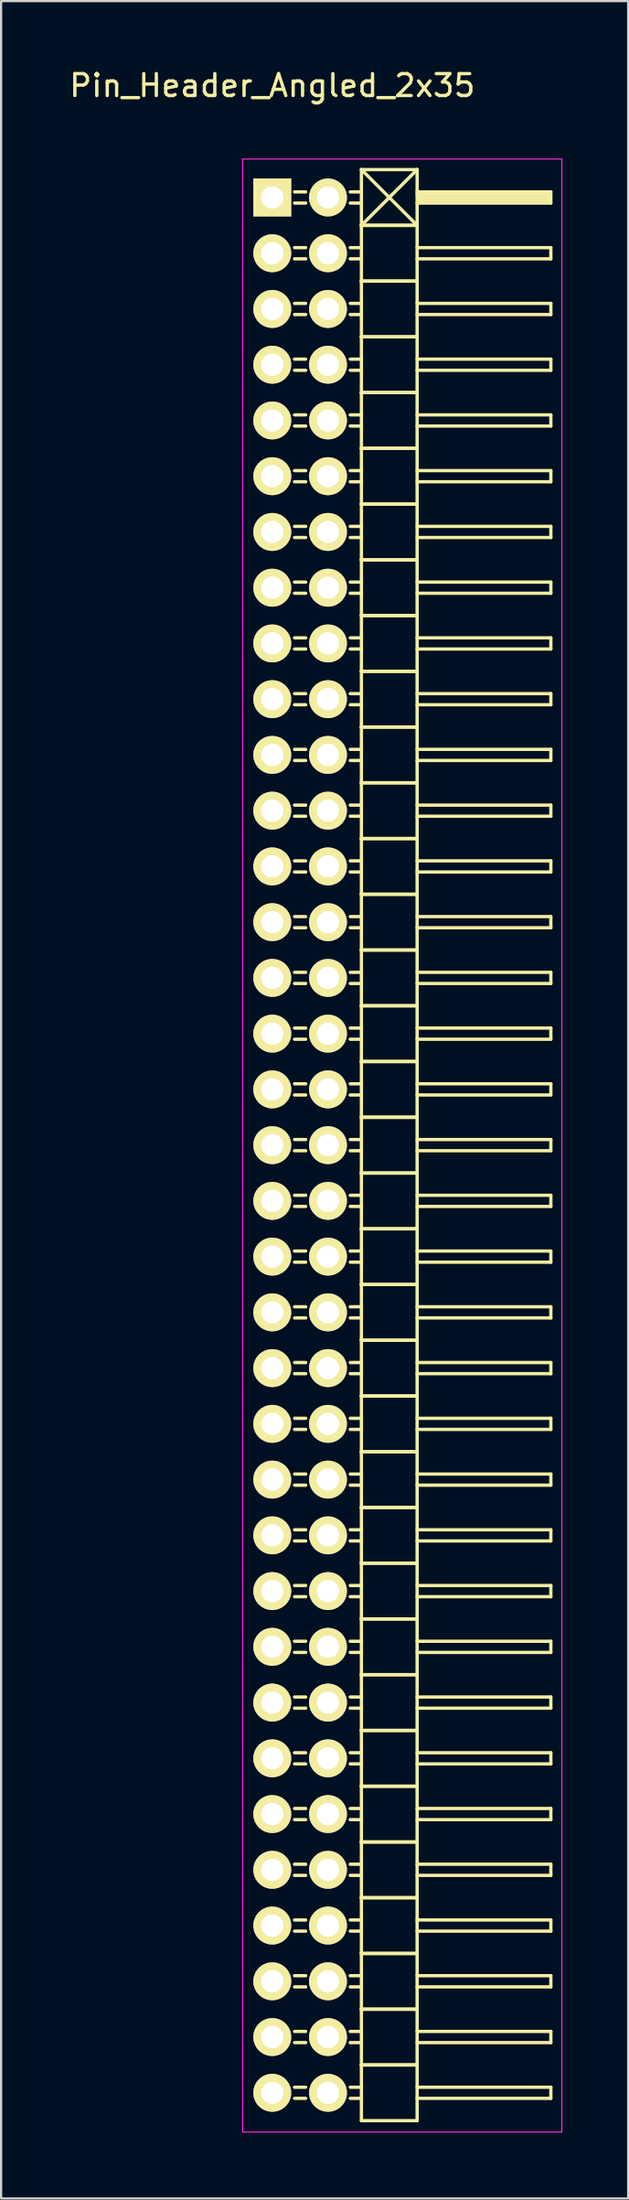
<source format=kicad_pcb>
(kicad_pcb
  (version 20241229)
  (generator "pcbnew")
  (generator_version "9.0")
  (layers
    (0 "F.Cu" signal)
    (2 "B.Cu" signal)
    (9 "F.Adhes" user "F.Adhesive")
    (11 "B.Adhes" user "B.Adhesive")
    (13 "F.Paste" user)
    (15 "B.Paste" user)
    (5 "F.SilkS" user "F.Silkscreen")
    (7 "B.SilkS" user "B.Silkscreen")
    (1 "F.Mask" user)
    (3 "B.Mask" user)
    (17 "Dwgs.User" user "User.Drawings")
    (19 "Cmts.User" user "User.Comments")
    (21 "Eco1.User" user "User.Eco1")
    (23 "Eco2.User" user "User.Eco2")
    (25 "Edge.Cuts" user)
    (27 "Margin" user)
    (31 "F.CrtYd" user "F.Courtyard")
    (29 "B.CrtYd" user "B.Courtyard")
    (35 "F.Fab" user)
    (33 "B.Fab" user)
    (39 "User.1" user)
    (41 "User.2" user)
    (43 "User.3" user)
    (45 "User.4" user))
  (footprint "Pin_Header_Angled_2x35"
    (layer "F.Cu")
    (at 9.363 5.948)
    (property "Reference" "Pin_Header_Angled_2x35" (at 0 -5.1 0) (layer "F.SilkS") (effects (font (size 1 1) (thickness 0.15))))
    (attr through_hole)
    (fp_line (start 1.524 -0.254) (end 1.016 -0.254) (stroke (width 0.15) (type solid)) (layer "F.SilkS"))
    (fp_line (start 1.524 0.254) (end 1.016 0.254) (stroke (width 0.15) (type solid)) (layer "F.SilkS"))
    (fp_line (start 1.524 2.286) (end 1.016 2.286) (stroke (width 0.15) (type solid)) (layer "F.SilkS"))
    (fp_line (start 1.524 2.794) (end 1.016 2.794) (stroke (width 0.15) (type solid)) (layer "F.SilkS"))
    (fp_line (start 1.524 4.826) (end 1.016 4.826) (stroke (width 0.15) (type solid)) (layer "F.SilkS"))
    (fp_line (start 1.524 5.334) (end 1.016 5.334) (stroke (width 0.15) (type solid)) (layer "F.SilkS"))
    (fp_line (start 1.524 7.366) (end 1.016 7.366) (stroke (width 0.15) (type solid)) (layer "F.SilkS"))
    (fp_line (start 1.524 7.874) (end 1.016 7.874) (stroke (width 0.15) (type solid)) (layer "F.SilkS"))
    (fp_line (start 1.524 9.906) (end 1.016 9.906) (stroke (width 0.15) (type solid)) (layer "F.SilkS"))
    (fp_line (start 1.524 10.414) (end 1.016 10.414) (stroke (width 0.15) (type solid)) (layer "F.SilkS"))
    (fp_line (start 1.524 12.446) (end 1.016 12.446) (stroke (width 0.15) (type solid)) (layer "F.SilkS"))
    (fp_line (start 1.524 12.954) (end 1.016 12.954) (stroke (width 0.15) (type solid)) (layer "F.SilkS"))
    (fp_line (start 1.524 14.986) (end 1.016 14.986) (stroke (width 0.15) (type solid)) (layer "F.SilkS"))
    (fp_line (start 1.524 15.494) (end 1.016 15.494) (stroke (width 0.15) (type solid)) (layer "F.SilkS"))
    (fp_line (start 1.524 17.526) (end 1.016 17.526) (stroke (width 0.15) (type solid)) (layer "F.SilkS"))
    (fp_line (start 1.524 18.034) (end 1.016 18.034) (stroke (width 0.15) (type solid)) (layer "F.SilkS"))
    (fp_line (start 1.524 20.066) (end 1.016 20.066) (stroke (width 0.15) (type solid)) (layer "F.SilkS"))
    (fp_line (start 1.524 20.574) (end 1.016 20.574) (stroke (width 0.15) (type solid)) (layer "F.SilkS"))
    (fp_line (start 1.524 22.606) (end 1.016 22.606) (stroke (width 0.15) (type solid)) (layer "F.SilkS"))
    (fp_line (start 1.524 23.114) (end 1.016 23.114) (stroke (width 0.15) (type solid)) (layer "F.SilkS"))
    (fp_line (start 1.524 25.146) (end 1.016 25.146) (stroke (width 0.15) (type solid)) (layer "F.SilkS"))
    (fp_line (start 1.524 25.654) (end 1.016 25.654) (stroke (width 0.15) (type solid)) (layer "F.SilkS"))
    (fp_line (start 1.524 27.686) (end 1.016 27.686) (stroke (width 0.15) (type solid)) (layer "F.SilkS"))
    (fp_line (start 1.524 28.194) (end 1.016 28.194) (stroke (width 0.15) (type solid)) (layer "F.SilkS"))
    (fp_line (start 1.524 30.226) (end 1.016 30.226) (stroke (width 0.15) (type solid)) (layer "F.SilkS"))
    (fp_line (start 1.524 30.734) (end 1.016 30.734) (stroke (width 0.15) (type solid)) (layer "F.SilkS"))
    (fp_line (start 1.524 32.766) (end 1.016 32.766) (stroke (width 0.15) (type solid)) (layer "F.SilkS"))
    (fp_line (start 1.524 33.274) (end 1.016 33.274) (stroke (width 0.15) (type solid)) (layer "F.SilkS"))
    (fp_line (start 1.524 35.306) (end 1.016 35.306) (stroke (width 0.15) (type solid)) (layer "F.SilkS"))
    (fp_line (start 1.524 35.814) (end 1.016 35.814) (stroke (width 0.15) (type solid)) (layer "F.SilkS"))
    (fp_line (start 1.524 37.846) (end 1.016 37.846) (stroke (width 0.15) (type solid)) (layer "F.SilkS"))
    (fp_line (start 1.524 38.354) (end 1.016 38.354) (stroke (width 0.15) (type solid)) (layer "F.SilkS"))
    (fp_line (start 1.524 40.386) (end 1.016 40.386) (stroke (width 0.15) (type solid)) (layer "F.SilkS"))
    (fp_line (start 1.524 40.894) (end 1.016 40.894) (stroke (width 0.15) (type solid)) (layer "F.SilkS"))
    (fp_line (start 1.524 42.926) (end 1.016 42.926) (stroke (width 0.15) (type solid)) (layer "F.SilkS"))
    (fp_line (start 1.524 43.434) (end 1.016 43.434) (stroke (width 0.15) (type solid)) (layer "F.SilkS"))
    (fp_line (start 1.524 45.466) (end 1.016 45.466) (stroke (width 0.15) (type solid)) (layer "F.SilkS"))
    (fp_line (start 1.524 45.974) (end 1.016 45.974) (stroke (width 0.15) (type solid)) (layer "F.SilkS"))
    (fp_line (start 1.524 48.006) (end 1.016 48.006) (stroke (width 0.15) (type solid)) (layer "F.SilkS"))
    (fp_line (start 1.524 48.514) (end 1.016 48.514) (stroke (width 0.15) (type solid)) (layer "F.SilkS"))
    (fp_line (start 1.524 50.546) (end 1.016 50.546) (stroke (width 0.15) (type solid)) (layer "F.SilkS"))
    (fp_line (start 1.524 51.054) (end 1.016 51.054) (stroke (width 0.15) (type solid)) (layer "F.SilkS"))
    (fp_line (start 1.524 53.086) (end 1.016 53.086) (stroke (width 0.15) (type solid)) (layer "F.SilkS"))
    (fp_line (start 1.524 53.594) (end 1.016 53.594) (stroke (width 0.15) (type solid)) (layer "F.SilkS"))
    (fp_line (start 1.524 55.626) (end 1.016 55.626) (stroke (width 0.15) (type solid)) (layer "F.SilkS"))
    (fp_line (start 1.524 56.134) (end 1.016 56.134) (stroke (width 0.15) (type solid)) (layer "F.SilkS"))
    (fp_line (start 1.524 58.166) (end 1.016 58.166) (stroke (width 0.15) (type solid)) (layer "F.SilkS"))
    (fp_line (start 1.524 58.674) (end 1.016 58.674) (stroke (width 0.15) (type solid)) (layer "F.SilkS"))
    (fp_line (start 1.524 60.706) (end 1.016 60.706) (stroke (width 0.15) (type solid)) (layer "F.SilkS"))
    (fp_line (start 1.524 61.214) (end 1.016 61.214) (stroke (width 0.15) (type solid)) (layer "F.SilkS"))
    (fp_line (start 1.524 63.246) (end 1.016 63.246) (stroke (width 0.15) (type solid)) (layer "F.SilkS"))
    (fp_line (start 1.524 63.754) (end 1.016 63.754) (stroke (width 0.15) (type solid)) (layer "F.SilkS"))
    (fp_line (start 1.524 65.786) (end 1.016 65.786) (stroke (width 0.15) (type solid)) (layer "F.SilkS"))
    (fp_line (start 1.524 66.294) (end 1.016 66.294) (stroke (width 0.15) (type solid)) (layer "F.SilkS"))
    (fp_line (start 1.524 68.326) (end 1.016 68.326) (stroke (width 0.15) (type solid)) (layer "F.SilkS"))
    (fp_line (start 1.524 68.834) (end 1.016 68.834) (stroke (width 0.15) (type solid)) (layer "F.SilkS"))
    (fp_line (start 1.524 70.866) (end 1.016 70.866) (stroke (width 0.15) (type solid)) (layer "F.SilkS"))
    (fp_line (start 1.524 71.374) (end 1.016 71.374) (stroke (width 0.15) (type solid)) (layer "F.SilkS"))
    (fp_line (start 1.524 73.406) (end 1.016 73.406) (stroke (width 0.15) (type solid)) (layer "F.SilkS"))
    (fp_line (start 1.524 73.914) (end 1.016 73.914) (stroke (width 0.15) (type solid)) (layer "F.SilkS"))
    (fp_line (start 1.524 75.946) (end 1.016 75.946) (stroke (width 0.15) (type solid)) (layer "F.SilkS"))
    (fp_line (start 1.524 76.454) (end 1.016 76.454) (stroke (width 0.15) (type solid)) (layer "F.SilkS"))
    (fp_line (start 1.524 78.486) (end 1.016 78.486) (stroke (width 0.15) (type solid)) (layer "F.SilkS"))
    (fp_line (start 1.524 78.994) (end 1.016 78.994) (stroke (width 0.15) (type solid)) (layer "F.SilkS"))
    (fp_line (start 1.524 81.026) (end 1.016 81.026) (stroke (width 0.15) (type solid)) (layer "F.SilkS"))
    (fp_line (start 1.524 81.534) (end 1.016 81.534) (stroke (width 0.15) (type solid)) (layer "F.SilkS"))
    (fp_line (start 1.524 83.566) (end 1.016 83.566) (stroke (width 0.15) (type solid)) (layer "F.SilkS"))
    (fp_line (start 1.524 84.074) (end 1.016 84.074) (stroke (width 0.15) (type solid)) (layer "F.SilkS"))
    (fp_line (start 1.524 86.106) (end 1.016 86.106) (stroke (width 0.15) (type solid)) (layer "F.SilkS"))
    (fp_line (start 1.524 86.614) (end 1.016 86.614) (stroke (width 0.15) (type solid)) (layer "F.SilkS"))
    (fp_line (start 4.064 -1.27) (end 4.064 1.27) (stroke (width 0.15) (type solid)) (layer "F.SilkS"))
    (fp_line (start 4.064 -1.27) (end 6.604 -1.27) (stroke (width 0.15) (type solid)) (layer "F.SilkS"))
    (fp_line (start 4.064 -1.27) (end 6.604 1.27) (stroke (width 0.15) (type solid)) (layer "F.SilkS"))
    (fp_line (start 4.064 -0.254) (end 3.556 -0.254) (stroke (width 0.15) (type solid)) (layer "F.SilkS"))
    (fp_line (start 4.064 0.254) (end 3.556 0.254) (stroke (width 0.15) (type solid)) (layer "F.SilkS"))
    (fp_line (start 4.064 1.27) (end 4.064 3.81) (stroke (width 0.15) (type solid)) (layer "F.SilkS"))
    (fp_line (start 4.064 1.27) (end 6.604 1.27) (stroke (width 0.15) (type solid)) (layer "F.SilkS"))
    (fp_line (start 4.064 1.27) (end 6.604 1.27) (stroke (width 0.15) (type solid)) (layer "F.SilkS"))
    (fp_line (start 4.064 2.286) (end 3.556 2.286) (stroke (width 0.15) (type solid)) (layer "F.SilkS"))
    (fp_line (start 4.064 2.794) (end 3.556 2.794) (stroke (width 0.15) (type solid)) (layer "F.SilkS"))
    (fp_line (start 4.064 3.81) (end 4.064 6.35) (stroke (width 0.15) (type solid)) (layer "F.SilkS"))
    (fp_line (start 4.064 3.81) (end 6.604 3.81) (stroke (width 0.15) (type solid)) (layer "F.SilkS"))
    (fp_line (start 4.064 3.81) (end 6.604 3.81) (stroke (width 0.15) (type solid)) (layer "F.SilkS"))
    (fp_line (start 4.064 4.826) (end 3.556 4.826) (stroke (width 0.15) (type solid)) (layer "F.SilkS"))
    (fp_line (start 4.064 5.334) (end 3.556 5.334) (stroke (width 0.15) (type solid)) (layer "F.SilkS"))
    (fp_line (start 4.064 6.35) (end 4.064 8.89) (stroke (width 0.15) (type solid)) (layer "F.SilkS"))
    (fp_line (start 4.064 6.35) (end 6.604 6.35) (stroke (width 0.15) (type solid)) (layer "F.SilkS"))
    (fp_line (start 4.064 6.35) (end 6.604 6.35) (stroke (width 0.15) (type solid)) (layer "F.SilkS"))
    (fp_line (start 4.064 7.366) (end 3.556 7.366) (stroke (width 0.15) (type solid)) (layer "F.SilkS"))
    (fp_line (start 4.064 7.874) (end 3.556 7.874) (stroke (width 0.15) (type solid)) (layer "F.SilkS"))
    (fp_line (start 4.064 8.89) (end 4.064 11.43) (stroke (width 0.15) (type solid)) (layer "F.SilkS"))
    (fp_line (start 4.064 8.89) (end 6.604 8.89) (stroke (width 0.15) (type solid)) (layer "F.SilkS"))
    (fp_line (start 4.064 8.89) (end 6.604 8.89) (stroke (width 0.15) (type solid)) (layer "F.SilkS"))
    (fp_line (start 4.064 9.906) (end 3.556 9.906) (stroke (width 0.15) (type solid)) (layer "F.SilkS"))
    (fp_line (start 4.064 10.414) (end 3.556 10.414) (stroke (width 0.15) (type solid)) (layer "F.SilkS"))
    (fp_line (start 4.064 11.43) (end 4.064 13.97) (stroke (width 0.15) (type solid)) (layer "F.SilkS"))
    (fp_line (start 4.064 11.43) (end 6.604 11.43) (stroke (width 0.15) (type solid)) (layer "F.SilkS"))
    (fp_line (start 4.064 11.43) (end 6.604 11.43) (stroke (width 0.15) (type solid)) (layer "F.SilkS"))
    (fp_line (start 4.064 12.446) (end 3.556 12.446) (stroke (width 0.15) (type solid)) (layer "F.SilkS"))
    (fp_line (start 4.064 12.954) (end 3.556 12.954) (stroke (width 0.15) (type solid)) (layer "F.SilkS"))
    (fp_line (start 4.064 13.97) (end 4.064 16.51) (stroke (width 0.15) (type solid)) (layer "F.SilkS"))
    (fp_line (start 4.064 13.97) (end 6.604 13.97) (stroke (width 0.15) (type solid)) (layer "F.SilkS"))
    (fp_line (start 4.064 13.97) (end 6.604 13.97) (stroke (width 0.15) (type solid)) (layer "F.SilkS"))
    (fp_line (start 4.064 14.986) (end 3.556 14.986) (stroke (width 0.15) (type solid)) (layer "F.SilkS"))
    (fp_line (start 4.064 15.494) (end 3.556 15.494) (stroke (width 0.15) (type solid)) (layer "F.SilkS"))
    (fp_line (start 4.064 16.51) (end 4.064 19.05) (stroke (width 0.15) (type solid)) (layer "F.SilkS"))
    (fp_line (start 4.064 16.51) (end 6.604 16.51) (stroke (width 0.15) (type solid)) (layer "F.SilkS"))
    (fp_line (start 4.064 16.51) (end 6.604 16.51) (stroke (width 0.15) (type solid)) (layer "F.SilkS"))
    (fp_line (start 4.064 17.526) (end 3.556 17.526) (stroke (width 0.15) (type solid)) (layer "F.SilkS"))
    (fp_line (start 4.064 18.034) (end 3.556 18.034) (stroke (width 0.15) (type solid)) (layer "F.SilkS"))
    (fp_line (start 4.064 19.05) (end 4.064 21.59) (stroke (width 0.15) (type solid)) (layer "F.SilkS"))
    (fp_line (start 4.064 19.05) (end 6.604 19.05) (stroke (width 0.15) (type solid)) (layer "F.SilkS"))
    (fp_line (start 4.064 19.05) (end 6.604 19.05) (stroke (width 0.15) (type solid)) (layer "F.SilkS"))
    (fp_line (start 4.064 20.066) (end 3.556 20.066) (stroke (width 0.15) (type solid)) (layer "F.SilkS"))
    (fp_line (start 4.064 20.574) (end 3.556 20.574) (stroke (width 0.15) (type solid)) (layer "F.SilkS"))
    (fp_line (start 4.064 21.59) (end 4.064 24.13) (stroke (width 0.15) (type solid)) (layer "F.SilkS"))
    (fp_line (start 4.064 21.59) (end 6.604 21.59) (stroke (width 0.15) (type solid)) (layer "F.SilkS"))
    (fp_line (start 4.064 21.59) (end 6.604 21.59) (stroke (width 0.15) (type solid)) (layer "F.SilkS"))
    (fp_line (start 4.064 22.606) (end 3.556 22.606) (stroke (width 0.15) (type solid)) (layer "F.SilkS"))
    (fp_line (start 4.064 23.114) (end 3.556 23.114) (stroke (width 0.15) (type solid)) (layer "F.SilkS"))
    (fp_line (start 4.064 24.13) (end 4.064 26.67) (stroke (width 0.15) (type solid)) (layer "F.SilkS"))
    (fp_line (start 4.064 24.13) (end 6.604 24.13) (stroke (width 0.15) (type solid)) (layer "F.SilkS"))
    (fp_line (start 4.064 24.13) (end 6.604 24.13) (stroke (width 0.15) (type solid)) (layer "F.SilkS"))
    (fp_line (start 4.064 25.146) (end 3.556 25.146) (stroke (width 0.15) (type solid)) (layer "F.SilkS"))
    (fp_line (start 4.064 25.654) (end 3.556 25.654) (stroke (width 0.15) (type solid)) (layer "F.SilkS"))
    (fp_line (start 4.064 26.67) (end 4.064 29.21) (stroke (width 0.15) (type solid)) (layer "F.SilkS"))
    (fp_line (start 4.064 26.67) (end 6.604 26.67) (stroke (width 0.15) (type solid)) (layer "F.SilkS"))
    (fp_line (start 4.064 26.67) (end 6.604 26.67) (stroke (width 0.15) (type solid)) (layer "F.SilkS"))
    (fp_line (start 4.064 27.686) (end 3.556 27.686) (stroke (width 0.15) (type solid)) (layer "F.SilkS"))
    (fp_line (start 4.064 28.194) (end 3.556 28.194) (stroke (width 0.15) (type solid)) (layer "F.SilkS"))
    (fp_line (start 4.064 29.21) (end 4.064 31.75) (stroke (width 0.15) (type solid)) (layer "F.SilkS"))
    (fp_line (start 4.064 29.21) (end 6.604 29.21) (stroke (width 0.15) (type solid)) (layer "F.SilkS"))
    (fp_line (start 4.064 29.21) (end 6.604 29.21) (stroke (width 0.15) (type solid)) (layer "F.SilkS"))
    (fp_line (start 4.064 30.226) (end 3.556 30.226) (stroke (width 0.15) (type solid)) (layer "F.SilkS"))
    (fp_line (start 4.064 30.734) (end 3.556 30.734) (stroke (width 0.15) (type solid)) (layer "F.SilkS"))
    (fp_line (start 4.064 31.75) (end 4.064 34.29) (stroke (width 0.15) (type solid)) (layer "F.SilkS"))
    (fp_line (start 4.064 31.75) (end 6.604 31.75) (stroke (width 0.15) (type solid)) (layer "F.SilkS"))
    (fp_line (start 4.064 31.75) (end 6.604 31.75) (stroke (width 0.15) (type solid)) (layer "F.SilkS"))
    (fp_line (start 4.064 32.766) (end 3.556 32.766) (stroke (width 0.15) (type solid)) (layer "F.SilkS"))
    (fp_line (start 4.064 33.274) (end 3.556 33.274) (stroke (width 0.15) (type solid)) (layer "F.SilkS"))
    (fp_line (start 4.064 34.29) (end 4.064 36.83) (stroke (width 0.15) (type solid)) (layer "F.SilkS"))
    (fp_line (start 4.064 34.29) (end 6.604 34.29) (stroke (width 0.15) (type solid)) (layer "F.SilkS"))
    (fp_line (start 4.064 34.29) (end 6.604 34.29) (stroke (width 0.15) (type solid)) (layer "F.SilkS"))
    (fp_line (start 4.064 35.306) (end 3.556 35.306) (stroke (width 0.15) (type solid)) (layer "F.SilkS"))
    (fp_line (start 4.064 35.814) (end 3.556 35.814) (stroke (width 0.15) (type solid)) (layer "F.SilkS"))
    (fp_line (start 4.064 36.83) (end 4.064 39.37) (stroke (width 0.15) (type solid)) (layer "F.SilkS"))
    (fp_line (start 4.064 36.83) (end 6.604 36.83) (stroke (width 0.15) (type solid)) (layer "F.SilkS"))
    (fp_line (start 4.064 36.83) (end 6.604 36.83) (stroke (width 0.15) (type solid)) (layer "F.SilkS"))
    (fp_line (start 4.064 37.846) (end 3.556 37.846) (stroke (width 0.15) (type solid)) (layer "F.SilkS"))
    (fp_line (start 4.064 38.354) (end 3.556 38.354) (stroke (width 0.15) (type solid)) (layer "F.SilkS"))
    (fp_line (start 4.064 39.37) (end 4.064 41.91) (stroke (width 0.15) (type solid)) (layer "F.SilkS"))
    (fp_line (start 4.064 39.37) (end 6.604 39.37) (stroke (width 0.15) (type solid)) (layer "F.SilkS"))
    (fp_line (start 4.064 39.37) (end 6.604 39.37) (stroke (width 0.15) (type solid)) (layer "F.SilkS"))
    (fp_line (start 4.064 40.386) (end 3.556 40.386) (stroke (width 0.15) (type solid)) (layer "F.SilkS"))
    (fp_line (start 4.064 40.894) (end 3.556 40.894) (stroke (width 0.15) (type solid)) (layer "F.SilkS"))
    (fp_line (start 4.064 41.91) (end 4.064 44.45) (stroke (width 0.15) (type solid)) (layer "F.SilkS"))
    (fp_line (start 4.064 41.91) (end 6.604 41.91) (stroke (width 0.15) (type solid)) (layer "F.SilkS"))
    (fp_line (start 4.064 41.91) (end 6.604 41.91) (stroke (width 0.15) (type solid)) (layer "F.SilkS"))
    (fp_line (start 4.064 42.926) (end 3.556 42.926) (stroke (width 0.15) (type solid)) (layer "F.SilkS"))
    (fp_line (start 4.064 43.434) (end 3.556 43.434) (stroke (width 0.15) (type solid)) (layer "F.SilkS"))
    (fp_line (start 4.064 44.45) (end 4.064 46.99) (stroke (width 0.15) (type solid)) (layer "F.SilkS"))
    (fp_line (start 4.064 44.45) (end 6.604 44.45) (stroke (width 0.15) (type solid)) (layer "F.SilkS"))
    (fp_line (start 4.064 44.45) (end 6.604 44.45) (stroke (width 0.15) (type solid)) (layer "F.SilkS"))
    (fp_line (start 4.064 45.466) (end 3.556 45.466) (stroke (width 0.15) (type solid)) (layer "F.SilkS"))
    (fp_line (start 4.064 45.974) (end 3.556 45.974) (stroke (width 0.15) (type solid)) (layer "F.SilkS"))
    (fp_line (start 4.064 46.99) (end 4.064 49.53) (stroke (width 0.15) (type solid)) (layer "F.SilkS"))
    (fp_line (start 4.064 46.99) (end 6.604 46.99) (stroke (width 0.15) (type solid)) (layer "F.SilkS"))
    (fp_line (start 4.064 46.99) (end 6.604 46.99) (stroke (width 0.15) (type solid)) (layer "F.SilkS"))
    (fp_line (start 4.064 48.006) (end 3.556 48.006) (stroke (width 0.15) (type solid)) (layer "F.SilkS"))
    (fp_line (start 4.064 48.514) (end 3.556 48.514) (stroke (width 0.15) (type solid)) (layer "F.SilkS"))
    (fp_line (start 4.064 49.53) (end 4.064 52.07) (stroke (width 0.15) (type solid)) (layer "F.SilkS"))
    (fp_line (start 4.064 49.53) (end 6.604 49.53) (stroke (width 0.15) (type solid)) (layer "F.SilkS"))
    (fp_line (start 4.064 49.53) (end 6.604 49.53) (stroke (width 0.15) (type solid)) (layer "F.SilkS"))
    (fp_line (start 4.064 50.546) (end 3.556 50.546) (stroke (width 0.15) (type solid)) (layer "F.SilkS"))
    (fp_line (start 4.064 51.054) (end 3.556 51.054) (stroke (width 0.15) (type solid)) (layer "F.SilkS"))
    (fp_line (start 4.064 52.07) (end 4.064 54.61) (stroke (width 0.15) (type solid)) (layer "F.SilkS"))
    (fp_line (start 4.064 52.07) (end 6.604 52.07) (stroke (width 0.15) (type solid)) (layer "F.SilkS"))
    (fp_line (start 4.064 52.07) (end 6.604 52.07) (stroke (width 0.15) (type solid)) (layer "F.SilkS"))
    (fp_line (start 4.064 53.086) (end 3.556 53.086) (stroke (width 0.15) (type solid)) (layer "F.SilkS"))
    (fp_line (start 4.064 53.594) (end 3.556 53.594) (stroke (width 0.15) (type solid)) (layer "F.SilkS"))
    (fp_line (start 4.064 54.61) (end 4.064 57.15) (stroke (width 0.15) (type solid)) (layer "F.SilkS"))
    (fp_line (start 4.064 54.61) (end 6.604 54.61) (stroke (width 0.15) (type solid)) (layer "F.SilkS"))
    (fp_line (start 4.064 54.61) (end 6.604 54.61) (stroke (width 0.15) (type solid)) (layer "F.SilkS"))
    (fp_line (start 4.064 55.626) (end 3.556 55.626) (stroke (width 0.15) (type solid)) (layer "F.SilkS"))
    (fp_line (start 4.064 56.134) (end 3.556 56.134) (stroke (width 0.15) (type solid)) (layer "F.SilkS"))
    (fp_line (start 4.064 57.15) (end 4.064 59.69) (stroke (width 0.15) (type solid)) (layer "F.SilkS"))
    (fp_line (start 4.064 57.15) (end 6.604 57.15) (stroke (width 0.15) (type solid)) (layer "F.SilkS"))
    (fp_line (start 4.064 57.15) (end 6.604 57.15) (stroke (width 0.15) (type solid)) (layer "F.SilkS"))
    (fp_line (start 4.064 58.166) (end 3.556 58.166) (stroke (width 0.15) (type solid)) (layer "F.SilkS"))
    (fp_line (start 4.064 58.674) (end 3.556 58.674) (stroke (width 0.15) (type solid)) (layer "F.SilkS"))
    (fp_line (start 4.064 59.69) (end 4.064 62.23) (stroke (width 0.15) (type solid)) (layer "F.SilkS"))
    (fp_line (start 4.064 59.69) (end 6.604 59.69) (stroke (width 0.15) (type solid)) (layer "F.SilkS"))
    (fp_line (start 4.064 59.69) (end 6.604 59.69) (stroke (width 0.15) (type solid)) (layer "F.SilkS"))
    (fp_line (start 4.064 60.706) (end 3.556 60.706) (stroke (width 0.15) (type solid)) (layer "F.SilkS"))
    (fp_line (start 4.064 61.214) (end 3.556 61.214) (stroke (width 0.15) (type solid)) (layer "F.SilkS"))
    (fp_line (start 4.064 62.23) (end 4.064 64.77) (stroke (width 0.15) (type solid)) (layer "F.SilkS"))
    (fp_line (start 4.064 62.23) (end 6.604 62.23) (stroke (width 0.15) (type solid)) (layer "F.SilkS"))
    (fp_line (start 4.064 62.23) (end 6.604 62.23) (stroke (width 0.15) (type solid)) (layer "F.SilkS"))
    (fp_line (start 4.064 63.246) (end 3.556 63.246) (stroke (width 0.15) (type solid)) (layer "F.SilkS"))
    (fp_line (start 4.064 63.754) (end 3.556 63.754) (stroke (width 0.15) (type solid)) (layer "F.SilkS"))
    (fp_line (start 4.064 64.77) (end 4.064 67.31) (stroke (width 0.15) (type solid)) (layer "F.SilkS"))
    (fp_line (start 4.064 64.77) (end 6.604 64.77) (stroke (width 0.15) (type solid)) (layer "F.SilkS"))
    (fp_line (start 4.064 64.77) (end 6.604 64.77) (stroke (width 0.15) (type solid)) (layer "F.SilkS"))
    (fp_line (start 4.064 65.786) (end 3.556 65.786) (stroke (width 0.15) (type solid)) (layer "F.SilkS"))
    (fp_line (start 4.064 66.294) (end 3.556 66.294) (stroke (width 0.15) (type solid)) (layer "F.SilkS"))
    (fp_line (start 4.064 67.31) (end 4.064 69.85) (stroke (width 0.15) (type solid)) (layer "F.SilkS"))
    (fp_line (start 4.064 67.31) (end 6.604 67.31) (stroke (width 0.15) (type solid)) (layer "F.SilkS"))
    (fp_line (start 4.064 67.31) (end 6.604 67.31) (stroke (width 0.15) (type solid)) (layer "F.SilkS"))
    (fp_line (start 4.064 68.326) (end 3.556 68.326) (stroke (width 0.15) (type solid)) (layer "F.SilkS"))
    (fp_line (start 4.064 68.834) (end 3.556 68.834) (stroke (width 0.15) (type solid)) (layer "F.SilkS"))
    (fp_line (start 4.064 69.85) (end 4.064 72.39) (stroke (width 0.15) (type solid)) (layer "F.SilkS"))
    (fp_line (start 4.064 69.85) (end 6.604 69.85) (stroke (width 0.15) (type solid)) (layer "F.SilkS"))
    (fp_line (start 4.064 69.85) (end 6.604 69.85) (stroke (width 0.15) (type solid)) (layer "F.SilkS"))
    (fp_line (start 4.064 70.866) (end 3.556 70.866) (stroke (width 0.15) (type solid)) (layer "F.SilkS"))
    (fp_line (start 4.064 71.374) (end 3.556 71.374) (stroke (width 0.15) (type solid)) (layer "F.SilkS"))
    (fp_line (start 4.064 72.39) (end 4.064 74.93) (stroke (width 0.15) (type solid)) (layer "F.SilkS"))
    (fp_line (start 4.064 72.39) (end 6.604 72.39) (stroke (width 0.15) (type solid)) (layer "F.SilkS"))
    (fp_line (start 4.064 72.39) (end 6.604 72.39) (stroke (width 0.15) (type solid)) (layer "F.SilkS"))
    (fp_line (start 4.064 73.406) (end 3.556 73.406) (stroke (width 0.15) (type solid)) (layer "F.SilkS"))
    (fp_line (start 4.064 73.914) (end 3.556 73.914) (stroke (width 0.15) (type solid)) (layer "F.SilkS"))
    (fp_line (start 4.064 74.93) (end 4.064 77.47) (stroke (width 0.15) (type solid)) (layer "F.SilkS"))
    (fp_line (start 4.064 74.93) (end 6.604 74.93) (stroke (width 0.15) (type solid)) (layer "F.SilkS"))
    (fp_line (start 4.064 74.93) (end 6.604 74.93) (stroke (width 0.15) (type solid)) (layer "F.SilkS"))
    (fp_line (start 4.064 75.946) (end 3.556 75.946) (stroke (width 0.15) (type solid)) (layer "F.SilkS"))
    (fp_line (start 4.064 76.454) (end 3.556 76.454) (stroke (width 0.15) (type solid)) (layer "F.SilkS"))
    (fp_line (start 4.064 77.47) (end 4.064 80.01) (stroke (width 0.15) (type solid)) (layer "F.SilkS"))
    (fp_line (start 4.064 77.47) (end 6.604 77.47) (stroke (width 0.15) (type solid)) (layer "F.SilkS"))
    (fp_line (start 4.064 77.47) (end 6.604 77.47) (stroke (width 0.15) (type solid)) (layer "F.SilkS"))
    (fp_line (start 4.064 78.486) (end 3.556 78.486) (stroke (width 0.15) (type solid)) (layer "F.SilkS"))
    (fp_line (start 4.064 78.994) (end 3.556 78.994) (stroke (width 0.15) (type solid)) (layer "F.SilkS"))
    (fp_line (start 4.064 80.01) (end 4.064 82.55) (stroke (width 0.15) (type solid)) (layer "F.SilkS"))
    (fp_line (start 4.064 80.01) (end 6.604 80.01) (stroke (width 0.15) (type solid)) (layer "F.SilkS"))
    (fp_line (start 4.064 80.01) (end 6.604 80.01) (stroke (width 0.15) (type solid)) (layer "F.SilkS"))
    (fp_line (start 4.064 81.026) (end 3.556 81.026) (stroke (width 0.15) (type solid)) (layer "F.SilkS"))
    (fp_line (start 4.064 81.534) (end 3.556 81.534) (stroke (width 0.15) (type solid)) (layer "F.SilkS"))
    (fp_line (start 4.064 82.55) (end 4.064 85.09) (stroke (width 0.15) (type solid)) (layer "F.SilkS"))
    (fp_line (start 4.064 82.55) (end 6.604 82.55) (stroke (width 0.15) (type solid)) (layer "F.SilkS"))
    (fp_line (start 4.064 82.55) (end 6.604 82.55) (stroke (width 0.15) (type solid)) (layer "F.SilkS"))
    (fp_line (start 4.064 83.566) (end 3.556 83.566) (stroke (width 0.15) (type solid)) (layer "F.SilkS"))
    (fp_line (start 4.064 84.074) (end 3.556 84.074) (stroke (width 0.15) (type solid)) (layer "F.SilkS"))
    (fp_line (start 4.064 85.09) (end 4.064 87.63) (stroke (width 0.15) (type solid)) (layer "F.SilkS"))
    (fp_line (start 4.064 85.09) (end 6.604 85.09) (stroke (width 0.15) (type solid)) (layer "F.SilkS"))
    (fp_line (start 4.064 85.09) (end 6.604 85.09) (stroke (width 0.15) (type solid)) (layer "F.SilkS"))
    (fp_line (start 4.064 86.106) (end 3.556 86.106) (stroke (width 0.15) (type solid)) (layer "F.SilkS"))
    (fp_line (start 4.064 86.614) (end 3.556 86.614) (stroke (width 0.15) (type solid)) (layer "F.SilkS"))
    (fp_line (start 4.064 87.63) (end 6.604 87.63) (stroke (width 0.15) (type solid)) (layer "F.SilkS"))
    (fp_line (start 6.604 -1.27) (end 4.064 1.27) (stroke (width 0.15) (type solid)) (layer "F.SilkS"))
    (fp_line (start 6.604 -0.254) (end 12.7 -0.254) (stroke (width 0.15) (type solid)) (layer "F.SilkS"))
    (fp_line (start 6.604 -0.127) (end 12.573 -0.127) (stroke (width 0.15) (type solid)) (layer "F.SilkS"))
    (fp_line (start 6.604 1.27) (end 6.604 -1.27) (stroke (width 0.15) (type solid)) (layer "F.SilkS"))
    (fp_line (start 6.604 2.286) (end 12.7 2.286) (stroke (width 0.15) (type solid)) (layer "F.SilkS"))
    (fp_line (start 6.604 3.81) (end 6.604 1.27) (stroke (width 0.15) (type solid)) (layer "F.SilkS"))
    (fp_line (start 6.604 4.826) (end 12.7 4.826) (stroke (width 0.15) (type solid)) (layer "F.SilkS"))
    (fp_line (start 6.604 6.35) (end 6.604 3.81) (stroke (width 0.15) (type solid)) (layer "F.SilkS"))
    (fp_line (start 6.604 7.366) (end 12.7 7.366) (stroke (width 0.15) (type solid)) (layer "F.SilkS"))
    (fp_line (start 6.604 8.89) (end 6.604 6.35) (stroke (width 0.15) (type solid)) (layer "F.SilkS"))
    (fp_line (start 6.604 9.906) (end 12.7 9.906) (stroke (width 0.15) (type solid)) (layer "F.SilkS"))
    (fp_line (start 6.604 11.43) (end 6.604 8.89) (stroke (width 0.15) (type solid)) (layer "F.SilkS"))
    (fp_line (start 6.604 12.446) (end 12.7 12.446) (stroke (width 0.15) (type solid)) (layer "F.SilkS"))
    (fp_line (start 6.604 13.97) (end 6.604 11.43) (stroke (width 0.15) (type solid)) (layer "F.SilkS"))
    (fp_line (start 6.604 14.986) (end 12.7 14.986) (stroke (width 0.15) (type solid)) (layer "F.SilkS"))
    (fp_line (start 6.604 16.51) (end 6.604 13.97) (stroke (width 0.15) (type solid)) (layer "F.SilkS"))
    (fp_line (start 6.604 17.526) (end 12.7 17.526) (stroke (width 0.15) (type solid)) (layer "F.SilkS"))
    (fp_line (start 6.604 19.05) (end 6.604 16.51) (stroke (width 0.15) (type solid)) (layer "F.SilkS"))
    (fp_line (start 6.604 20.066) (end 12.7 20.066) (stroke (width 0.15) (type solid)) (layer "F.SilkS"))
    (fp_line (start 6.604 21.59) (end 6.604 19.05) (stroke (width 0.15) (type solid)) (layer "F.SilkS"))
    (fp_line (start 6.604 22.606) (end 12.7 22.606) (stroke (width 0.15) (type solid)) (layer "F.SilkS"))
    (fp_line (start 6.604 24.13) (end 6.604 21.59) (stroke (width 0.15) (type solid)) (layer "F.SilkS"))
    (fp_line (start 6.604 25.146) (end 12.7 25.146) (stroke (width 0.15) (type solid)) (layer "F.SilkS"))
    (fp_line (start 6.604 26.67) (end 6.604 24.13) (stroke (width 0.15) (type solid)) (layer "F.SilkS"))
    (fp_line (start 6.604 27.686) (end 12.7 27.686) (stroke (width 0.15) (type solid)) (layer "F.SilkS"))
    (fp_line (start 6.604 29.21) (end 6.604 26.67) (stroke (width 0.15) (type solid)) (layer "F.SilkS"))
    (fp_line (start 6.604 30.226) (end 12.7 30.226) (stroke (width 0.15) (type solid)) (layer "F.SilkS"))
    (fp_line (start 6.604 31.75) (end 6.604 29.21) (stroke (width 0.15) (type solid)) (layer "F.SilkS"))
    (fp_line (start 6.604 32.766) (end 12.7 32.766) (stroke (width 0.15) (type solid)) (layer "F.SilkS"))
    (fp_line (start 6.604 34.29) (end 6.604 31.75) (stroke (width 0.15) (type solid)) (layer "F.SilkS"))
    (fp_line (start 6.604 35.306) (end 12.7 35.306) (stroke (width 0.15) (type solid)) (layer "F.SilkS"))
    (fp_line (start 6.604 36.83) (end 6.604 34.29) (stroke (width 0.15) (type solid)) (layer "F.SilkS"))
    (fp_line (start 6.604 37.846) (end 12.7 37.846) (stroke (width 0.15) (type solid)) (layer "F.SilkS"))
    (fp_line (start 6.604 39.37) (end 6.604 36.83) (stroke (width 0.15) (type solid)) (layer "F.SilkS"))
    (fp_line (start 6.604 40.386) (end 12.7 40.386) (stroke (width 0.15) (type solid)) (layer "F.SilkS"))
    (fp_line (start 6.604 41.91) (end 6.604 39.37) (stroke (width 0.15) (type solid)) (layer "F.SilkS"))
    (fp_line (start 6.604 42.926) (end 12.7 42.926) (stroke (width 0.15) (type solid)) (layer "F.SilkS"))
    (fp_line (start 6.604 44.45) (end 6.604 41.91) (stroke (width 0.15) (type solid)) (layer "F.SilkS"))
    (fp_line (start 6.604 45.466) (end 12.7 45.466) (stroke (width 0.15) (type solid)) (layer "F.SilkS"))
    (fp_line (start 6.604 46.99) (end 6.604 44.45) (stroke (width 0.15) (type solid)) (layer "F.SilkS"))
    (fp_line (start 6.604 48.006) (end 12.7 48.006) (stroke (width 0.15) (type solid)) (layer "F.SilkS"))
    (fp_line (start 6.604 49.53) (end 6.604 46.99) (stroke (width 0.15) (type solid)) (layer "F.SilkS"))
    (fp_line (start 6.604 50.546) (end 12.7 50.546) (stroke (width 0.15) (type solid)) (layer "F.SilkS"))
    (fp_line (start 6.604 52.07) (end 6.604 49.53) (stroke (width 0.15) (type solid)) (layer "F.SilkS"))
    (fp_line (start 6.604 53.086) (end 12.7 53.086) (stroke (width 0.15) (type solid)) (layer "F.SilkS"))
    (fp_line (start 6.604 54.61) (end 6.604 52.07) (stroke (width 0.15) (type solid)) (layer "F.SilkS"))
    (fp_line (start 6.604 55.626) (end 12.7 55.626) (stroke (width 0.15) (type solid)) (layer "F.SilkS"))
    (fp_line (start 6.604 57.15) (end 6.604 54.61) (stroke (width 0.15) (type solid)) (layer "F.SilkS"))
    (fp_line (start 6.604 58.166) (end 12.7 58.166) (stroke (width 0.15) (type solid)) (layer "F.SilkS"))
    (fp_line (start 6.604 59.69) (end 6.604 57.15) (stroke (width 0.15) (type solid)) (layer "F.SilkS"))
    (fp_line (start 6.604 60.706) (end 12.7 60.706) (stroke (width 0.15) (type solid)) (layer "F.SilkS"))
    (fp_line (start 6.604 62.23) (end 6.604 59.69) (stroke (width 0.15) (type solid)) (layer "F.SilkS"))
    (fp_line (start 6.604 63.246) (end 12.7 63.246) (stroke (width 0.15) (type solid)) (layer "F.SilkS"))
    (fp_line (start 6.604 64.77) (end 6.604 62.23) (stroke (width 0.15) (type solid)) (layer "F.SilkS"))
    (fp_line (start 6.604 65.786) (end 12.7 65.786) (stroke (width 0.15) (type solid)) (layer "F.SilkS"))
    (fp_line (start 6.604 67.31) (end 6.604 64.77) (stroke (width 0.15) (type solid)) (layer "F.SilkS"))
    (fp_line (start 6.604 68.326) (end 12.7 68.326) (stroke (width 0.15) (type solid)) (layer "F.SilkS"))
    (fp_line (start 6.604 69.85) (end 6.604 67.31) (stroke (width 0.15) (type solid)) (layer "F.SilkS"))
    (fp_line (start 6.604 70.866) (end 12.7 70.866) (stroke (width 0.15) (type solid)) (layer "F.SilkS"))
    (fp_line (start 6.604 72.39) (end 6.604 69.85) (stroke (width 0.15) (type solid)) (layer "F.SilkS"))
    (fp_line (start 6.604 73.406) (end 12.7 73.406) (stroke (width 0.15) (type solid)) (layer "F.SilkS"))
    (fp_line (start 6.604 74.93) (end 6.604 72.39) (stroke (width 0.15) (type solid)) (layer "F.SilkS"))
    (fp_line (start 6.604 75.946) (end 12.7 75.946) (stroke (width 0.15) (type solid)) (layer "F.SilkS"))
    (fp_line (start 6.604 77.47) (end 6.604 74.93) (stroke (width 0.15) (type solid)) (layer "F.SilkS"))
    (fp_line (start 6.604 78.486) (end 12.7 78.486) (stroke (width 0.15) (type solid)) (layer "F.SilkS"))
    (fp_line (start 6.604 80.01) (end 6.604 77.47) (stroke (width 0.15) (type solid)) (layer "F.SilkS"))
    (fp_line (start 6.604 81.026) (end 12.7 81.026) (stroke (width 0.15) (type solid)) (layer "F.SilkS"))
    (fp_line (start 6.604 82.55) (end 6.604 80.01) (stroke (width 0.15) (type solid)) (layer "F.SilkS"))
    (fp_line (start 6.604 83.566) (end 12.7 83.566) (stroke (width 0.15) (type solid)) (layer "F.SilkS"))
    (fp_line (start 6.604 85.09) (end 6.604 82.55) (stroke (width 0.15) (type solid)) (layer "F.SilkS"))
    (fp_line (start 6.604 86.106) (end 12.7 86.106) (stroke (width 0.15) (type solid)) (layer "F.SilkS"))
    (fp_line (start 6.604 87.63) (end 6.604 85.09) (stroke (width 0.15) (type solid)) (layer "F.SilkS"))
    (fp_line (start 6.731 0) (end 12.573 0) (stroke (width 0.15) (type solid)) (layer "F.SilkS"))
    (fp_line (start 6.731 0.127) (end 6.731 0) (stroke (width 0.15) (type solid)) (layer "F.SilkS"))
    (fp_line (start 12.573 -0.127) (end 12.573 0.127) (stroke (width 0.15) (type solid)) (layer "F.SilkS"))
    (fp_line (start 12.573 0.127) (end 6.731 0.127) (stroke (width 0.15) (type solid)) (layer "F.SilkS"))
    (fp_line (start 12.7 -0.254) (end 12.7 0.254) (stroke (width 0.15) (type solid)) (layer "F.SilkS"))
    (fp_line (start 12.7 0.254) (end 6.604 0.254) (stroke (width 0.15) (type solid)) (layer "F.SilkS"))
    (fp_line (start 12.7 2.286) (end 12.7 2.794) (stroke (width 0.15) (type solid)) (layer "F.SilkS"))
    (fp_line (start 12.7 2.794) (end 6.604 2.794) (stroke (width 0.15) (type solid)) (layer "F.SilkS"))
    (fp_line (start 12.7 4.826) (end 12.7 5.334) (stroke (width 0.15) (type solid)) (layer "F.SilkS"))
    (fp_line (start 12.7 5.334) (end 6.604 5.334) (stroke (width 0.15) (type solid)) (layer "F.SilkS"))
    (fp_line (start 12.7 7.366) (end 12.7 7.874) (stroke (width 0.15) (type solid)) (layer "F.SilkS"))
    (fp_line (start 12.7 7.874) (end 6.604 7.874) (stroke (width 0.15) (type solid)) (layer "F.SilkS"))
    (fp_line (start 12.7 9.906) (end 12.7 10.414) (stroke (width 0.15) (type solid)) (layer "F.SilkS"))
    (fp_line (start 12.7 10.414) (end 6.604 10.414) (stroke (width 0.15) (type solid)) (layer "F.SilkS"))
    (fp_line (start 12.7 12.446) (end 12.7 12.954) (stroke (width 0.15) (type solid)) (layer "F.SilkS"))
    (fp_line (start 12.7 12.954) (end 6.604 12.954) (stroke (width 0.15) (type solid)) (layer "F.SilkS"))
    (fp_line (start 12.7 14.986) (end 12.7 15.494) (stroke (width 0.15) (type solid)) (layer "F.SilkS"))
    (fp_line (start 12.7 15.494) (end 6.604 15.494) (stroke (width 0.15) (type solid)) (layer "F.SilkS"))
    (fp_line (start 12.7 17.526) (end 12.7 18.034) (stroke (width 0.15) (type solid)) (layer "F.SilkS"))
    (fp_line (start 12.7 18.034) (end 6.604 18.034) (stroke (width 0.15) (type solid)) (layer "F.SilkS"))
    (fp_line (start 12.7 20.066) (end 12.7 20.574) (stroke (width 0.15) (type solid)) (layer "F.SilkS"))
    (fp_line (start 12.7 20.574) (end 6.604 20.574) (stroke (width 0.15) (type solid)) (layer "F.SilkS"))
    (fp_line (start 12.7 22.606) (end 12.7 23.114) (stroke (width 0.15) (type solid)) (layer "F.SilkS"))
    (fp_line (start 12.7 23.114) (end 6.604 23.114) (stroke (width 0.15) (type solid)) (layer "F.SilkS"))
    (fp_line (start 12.7 25.146) (end 12.7 25.654) (stroke (width 0.15) (type solid)) (layer "F.SilkS"))
    (fp_line (start 12.7 25.654) (end 6.604 25.654) (stroke (width 0.15) (type solid)) (layer "F.SilkS"))
    (fp_line (start 12.7 27.686) (end 12.7 28.194) (stroke (width 0.15) (type solid)) (layer "F.SilkS"))
    (fp_line (start 12.7 28.194) (end 6.604 28.194) (stroke (width 0.15) (type solid)) (layer "F.SilkS"))
    (fp_line (start 12.7 30.226) (end 12.7 30.734) (stroke (width 0.15) (type solid)) (layer "F.SilkS"))
    (fp_line (start 12.7 30.734) (end 6.604 30.734) (stroke (width 0.15) (type solid)) (layer "F.SilkS"))
    (fp_line (start 12.7 32.766) (end 12.7 33.274) (stroke (width 0.15) (type solid)) (layer "F.SilkS"))
    (fp_line (start 12.7 33.274) (end 6.604 33.274) (stroke (width 0.15) (type solid)) (layer "F.SilkS"))
    (fp_line (start 12.7 35.306) (end 12.7 35.814) (stroke (width 0.15) (type solid)) (layer "F.SilkS"))
    (fp_line (start 12.7 35.814) (end 6.604 35.814) (stroke (width 0.15) (type solid)) (layer "F.SilkS"))
    (fp_line (start 12.7 37.846) (end 12.7 38.354) (stroke (width 0.15) (type solid)) (layer "F.SilkS"))
    (fp_line (start 12.7 38.354) (end 6.604 38.354) (stroke (width 0.15) (type solid)) (layer "F.SilkS"))
    (fp_line (start 12.7 40.386) (end 12.7 40.894) (stroke (width 0.15) (type solid)) (layer "F.SilkS"))
    (fp_line (start 12.7 40.894) (end 6.604 40.894) (stroke (width 0.15) (type solid)) (layer "F.SilkS"))
    (fp_line (start 12.7 42.926) (end 12.7 43.434) (stroke (width 0.15) (type solid)) (layer "F.SilkS"))
    (fp_line (start 12.7 43.434) (end 6.604 43.434) (stroke (width 0.15) (type solid)) (layer "F.SilkS"))
    (fp_line (start 12.7 45.466) (end 12.7 45.974) (stroke (width 0.15) (type solid)) (layer "F.SilkS"))
    (fp_line (start 12.7 45.974) (end 6.604 45.974) (stroke (width 0.15) (type solid)) (layer "F.SilkS"))
    (fp_line (start 12.7 48.006) (end 12.7 48.514) (stroke (width 0.15) (type solid)) (layer "F.SilkS"))
    (fp_line (start 12.7 48.514) (end 6.604 48.514) (stroke (width 0.15) (type solid)) (layer "F.SilkS"))
    (fp_line (start 12.7 50.546) (end 12.7 51.054) (stroke (width 0.15) (type solid)) (layer "F.SilkS"))
    (fp_line (start 12.7 51.054) (end 6.604 51.054) (stroke (width 0.15) (type solid)) (layer "F.SilkS"))
    (fp_line (start 12.7 53.086) (end 12.7 53.594) (stroke (width 0.15) (type solid)) (layer "F.SilkS"))
    (fp_line (start 12.7 53.594) (end 6.604 53.594) (stroke (width 0.15) (type solid)) (layer "F.SilkS"))
    (fp_line (start 12.7 55.626) (end 12.7 56.134) (stroke (width 0.15) (type solid)) (layer "F.SilkS"))
    (fp_line (start 12.7 56.134) (end 6.604 56.134) (stroke (width 0.15) (type solid)) (layer "F.SilkS"))
    (fp_line (start 12.7 58.166) (end 12.7 58.674) (stroke (width 0.15) (type solid)) (layer "F.SilkS"))
    (fp_line (start 12.7 58.674) (end 6.604 58.674) (stroke (width 0.15) (type solid)) (layer "F.SilkS"))
    (fp_line (start 12.7 60.706) (end 12.7 61.214) (stroke (width 0.15) (type solid)) (layer "F.SilkS"))
    (fp_line (start 12.7 61.214) (end 6.604 61.214) (stroke (width 0.15) (type solid)) (layer "F.SilkS"))
    (fp_line (start 12.7 63.246) (end 12.7 63.754) (stroke (width 0.15) (type solid)) (layer "F.SilkS"))
    (fp_line (start 12.7 63.754) (end 6.604 63.754) (stroke (width 0.15) (type solid)) (layer "F.SilkS"))
    (fp_line (start 12.7 65.786) (end 12.7 66.294) (stroke (width 0.15) (type solid)) (layer "F.SilkS"))
    (fp_line (start 12.7 66.294) (end 6.604 66.294) (stroke (width 0.15) (type solid)) (layer "F.SilkS"))
    (fp_line (start 12.7 68.326) (end 12.7 68.834) (stroke (width 0.15) (type solid)) (layer "F.SilkS"))
    (fp_line (start 12.7 68.834) (end 6.604 68.834) (stroke (width 0.15) (type solid)) (layer "F.SilkS"))
    (fp_line (start 12.7 70.866) (end 12.7 71.374) (stroke (width 0.15) (type solid)) (layer "F.SilkS"))
    (fp_line (start 12.7 71.374) (end 6.604 71.374) (stroke (width 0.15) (type solid)) (layer "F.SilkS"))
    (fp_line (start 12.7 73.406) (end 12.7 73.914) (stroke (width 0.15) (type solid)) (layer "F.SilkS"))
    (fp_line (start 12.7 73.914) (end 6.604 73.914) (stroke (width 0.15) (type solid)) (layer "F.SilkS"))
    (fp_line (start 12.7 75.946) (end 12.7 76.454) (stroke (width 0.15) (type solid)) (layer "F.SilkS"))
    (fp_line (start 12.7 76.454) (end 6.604 76.454) (stroke (width 0.15) (type solid)) (layer "F.SilkS"))
    (fp_line (start 12.7 78.486) (end 12.7 78.994) (stroke (width 0.15) (type solid)) (layer "F.SilkS"))
    (fp_line (start 12.7 78.994) (end 6.604 78.994) (stroke (width 0.15) (type solid)) (layer "F.SilkS"))
    (fp_line (start 12.7 81.026) (end 12.7 81.534) (stroke (width 0.15) (type solid)) (layer "F.SilkS"))
    (fp_line (start 12.7 81.534) (end 6.604 81.534) (stroke (width 0.15) (type solid)) (layer "F.SilkS"))
    (fp_line (start 12.7 83.566) (end 12.7 84.074) (stroke (width 0.15) (type solid)) (layer "F.SilkS"))
    (fp_line (start 12.7 84.074) (end 6.604 84.074) (stroke (width 0.15) (type solid)) (layer "F.SilkS"))
    (fp_line (start 12.7 86.106) (end 12.7 86.614) (stroke (width 0.15) (type solid)) (layer "F.SilkS"))
    (fp_line (start 12.7 86.614) (end 6.604 86.614) (stroke (width 0.15) (type solid)) (layer "F.SilkS"))
    (fp_line (start -1.35 -1.75) (end -1.35 88.15) (stroke (width 0.05) (type solid)) (layer "F.CrtYd"))
    (fp_line (start -1.35 -1.75) (end 13.2 -1.75) (stroke (width 0.05) (type solid)) (layer "F.CrtYd"))
    (fp_line (start -1.35 88.15) (end 13.2 88.15) (stroke (width 0.05) (type solid)) (layer "F.CrtYd"))
    (fp_line (start 13.2 -1.75) (end 13.2 88.15) (stroke (width 0.05) (type solid)) (layer "F.CrtYd"))
    (pad "1" thru_hole rect (at 0 0) (size 1.727 1.727) (drill 1.016) (layers "*.Cu" "*.Mask" "F.SilkS"))
    (pad "2" thru_hole oval (at 2.54 0) (size 1.727 1.727) (drill 1.016) (layers "*.Cu" "*.Mask" "F.SilkS"))
    (pad "3" thru_hole oval (at 0 2.54) (size 1.727 1.727) (drill 1.016) (layers "*.Cu" "*.Mask" "F.SilkS"))
    (pad "4" thru_hole oval (at 2.54 2.54) (size 1.727 1.727) (drill 1.016) (layers "*.Cu" "*.Mask" "F.SilkS"))
    (pad "5" thru_hole oval (at 0 5.08) (size 1.727 1.727) (drill 1.016) (layers "*.Cu" "*.Mask" "F.SilkS"))
    (pad "6" thru_hole oval (at 2.54 5.08) (size 1.727 1.727) (drill 1.016) (layers "*.Cu" "*.Mask" "F.SilkS"))
    (pad "7" thru_hole oval (at 0 7.62) (size 1.727 1.727) (drill 1.016) (layers "*.Cu" "*.Mask" "F.SilkS"))
    (pad "8" thru_hole oval (at 2.54 7.62) (size 1.727 1.727) (drill 1.016) (layers "*.Cu" "*.Mask" "F.SilkS"))
    (pad "9" thru_hole oval (at 0 10.16) (size 1.727 1.727) (drill 1.016) (layers "*.Cu" "*.Mask" "F.SilkS"))
    (pad "10" thru_hole oval (at 2.54 10.16) (size 1.727 1.727) (drill 1.016) (layers "*.Cu" "*.Mask" "F.SilkS"))
    (pad "11" thru_hole oval (at 0 12.7) (size 1.727 1.727) (drill 1.016) (layers "*.Cu" "*.Mask" "F.SilkS"))
    (pad "12" thru_hole oval (at 2.54 12.7) (size 1.727 1.727) (drill 1.016) (layers "*.Cu" "*.Mask" "F.SilkS"))
    (pad "13" thru_hole oval (at 0 15.24) (size 1.727 1.727) (drill 1.016) (layers "*.Cu" "*.Mask" "F.SilkS"))
    (pad "14" thru_hole oval (at 2.54 15.24) (size 1.727 1.727) (drill 1.016) (layers "*.Cu" "*.Mask" "F.SilkS"))
    (pad "15" thru_hole oval (at 0 17.78) (size 1.727 1.727) (drill 1.016) (layers "*.Cu" "*.Mask" "F.SilkS"))
    (pad "16" thru_hole oval (at 2.54 17.78) (size 1.727 1.727) (drill 1.016) (layers "*.Cu" "*.Mask" "F.SilkS"))
    (pad "17" thru_hole oval (at 0 20.32) (size 1.727 1.727) (drill 1.016) (layers "*.Cu" "*.Mask" "F.SilkS"))
    (pad "18" thru_hole oval (at 2.54 20.32) (size 1.727 1.727) (drill 1.016) (layers "*.Cu" "*.Mask" "F.SilkS"))
    (pad "19" thru_hole oval (at 0 22.86) (size 1.727 1.727) (drill 1.016) (layers "*.Cu" "*.Mask" "F.SilkS"))
    (pad "20" thru_hole oval (at 2.54 22.86) (size 1.727 1.727) (drill 1.016) (layers "*.Cu" "*.Mask" "F.SilkS"))
    (pad "21" thru_hole oval (at 0 25.4) (size 1.727 1.727) (drill 1.016) (layers "*.Cu" "*.Mask" "F.SilkS"))
    (pad "22" thru_hole oval (at 2.54 25.4) (size 1.727 1.727) (drill 1.016) (layers "*.Cu" "*.Mask" "F.SilkS"))
    (pad "23" thru_hole oval (at 0 27.94) (size 1.727 1.727) (drill 1.016) (layers "*.Cu" "*.Mask" "F.SilkS"))
    (pad "24" thru_hole oval (at 2.54 27.94) (size 1.727 1.727) (drill 1.016) (layers "*.Cu" "*.Mask" "F.SilkS"))
    (pad "25" thru_hole oval (at 0 30.48) (size 1.727 1.727) (drill 1.016) (layers "*.Cu" "*.Mask" "F.SilkS"))
    (pad "26" thru_hole oval (at 2.54 30.48) (size 1.727 1.727) (drill 1.016) (layers "*.Cu" "*.Mask" "F.SilkS"))
    (pad "27" thru_hole oval (at 0 33.02) (size 1.727 1.727) (drill 1.016) (layers "*.Cu" "*.Mask" "F.SilkS"))
    (pad "28" thru_hole oval (at 2.54 33.02) (size 1.727 1.727) (drill 1.016) (layers "*.Cu" "*.Mask" "F.SilkS"))
    (pad "29" thru_hole oval (at 0 35.56) (size 1.727 1.727) (drill 1.016) (layers "*.Cu" "*.Mask" "F.SilkS"))
    (pad "30" thru_hole oval (at 2.54 35.56) (size 1.727 1.727) (drill 1.016) (layers "*.Cu" "*.Mask" "F.SilkS"))
    (pad "31" thru_hole oval (at 0 38.1) (size 1.727 1.727) (drill 1.016) (layers "*.Cu" "*.Mask" "F.SilkS"))
    (pad "32" thru_hole oval (at 2.54 38.1) (size 1.727 1.727) (drill 1.016) (layers "*.Cu" "*.Mask" "F.SilkS"))
    (pad "33" thru_hole oval (at 0 40.64) (size 1.727 1.727) (drill 1.016) (layers "*.Cu" "*.Mask" "F.SilkS"))
    (pad "34" thru_hole oval (at 2.54 40.64) (size 1.727 1.727) (drill 1.016) (layers "*.Cu" "*.Mask" "F.SilkS"))
    (pad "35" thru_hole oval (at 0 43.18) (size 1.727 1.727) (drill 1.016) (layers "*.Cu" "*.Mask" "F.SilkS"))
    (pad "36" thru_hole oval (at 2.54 43.18) (size 1.727 1.727) (drill 1.016) (layers "*.Cu" "*.Mask" "F.SilkS"))
    (pad "37" thru_hole oval (at 0 45.72) (size 1.727 1.727) (drill 1.016) (layers "*.Cu" "*.Mask" "F.SilkS"))
    (pad "38" thru_hole oval (at 2.54 45.72) (size 1.727 1.727) (drill 1.016) (layers "*.Cu" "*.Mask" "F.SilkS"))
    (pad "39" thru_hole oval (at 0 48.26) (size 1.727 1.727) (drill 1.016) (layers "*.Cu" "*.Mask" "F.SilkS"))
    (pad "40" thru_hole oval (at 2.54 48.26) (size 1.727 1.727) (drill 1.016) (layers "*.Cu" "*.Mask" "F.SilkS"))
    (pad "41" thru_hole oval (at 0 50.8) (size 1.727 1.727) (drill 1.016) (layers "*.Cu" "*.Mask" "F.SilkS"))
    (pad "42" thru_hole oval (at 2.54 50.8) (size 1.727 1.727) (drill 1.016) (layers "*.Cu" "*.Mask" "F.SilkS"))
    (pad "43" thru_hole oval (at 0 53.34) (size 1.727 1.727) (drill 1.016) (layers "*.Cu" "*.Mask" "F.SilkS"))
    (pad "44" thru_hole oval (at 2.54 53.34) (size 1.727 1.727) (drill 1.016) (layers "*.Cu" "*.Mask" "F.SilkS"))
    (pad "45" thru_hole oval (at 0 55.88) (size 1.727 1.727) (drill 1.016) (layers "*.Cu" "*.Mask" "F.SilkS"))
    (pad "46" thru_hole oval (at 2.54 55.88) (size 1.727 1.727) (drill 1.016) (layers "*.Cu" "*.Mask" "F.SilkS"))
    (pad "47" thru_hole oval (at 0 58.42) (size 1.727 1.727) (drill 1.016) (layers "*.Cu" "*.Mask" "F.SilkS"))
    (pad "48" thru_hole oval (at 2.54 58.42) (size 1.727 1.727) (drill 1.016) (layers "*.Cu" "*.Mask" "F.SilkS"))
    (pad "49" thru_hole oval (at 0 60.96) (size 1.727 1.727) (drill 1.016) (layers "*.Cu" "*.Mask" "F.SilkS"))
    (pad "50" thru_hole oval (at 2.54 60.96) (size 1.727 1.727) (drill 1.016) (layers "*.Cu" "*.Mask" "F.SilkS"))
    (pad "51" thru_hole oval (at 0 63.5) (size 1.727 1.727) (drill 1.016) (layers "*.Cu" "*.Mask" "F.SilkS"))
    (pad "52" thru_hole oval (at 2.54 63.5) (size 1.727 1.727) (drill 1.016) (layers "*.Cu" "*.Mask" "F.SilkS"))
    (pad "53" thru_hole oval (at 0 66.04) (size 1.727 1.727) (drill 1.016) (layers "*.Cu" "*.Mask" "F.SilkS"))
    (pad "54" thru_hole oval (at 2.54 66.04) (size 1.727 1.727) (drill 1.016) (layers "*.Cu" "*.Mask" "F.SilkS"))
    (pad "55" thru_hole oval (at 0 68.58) (size 1.727 1.727) (drill 1.016) (layers "*.Cu" "*.Mask" "F.SilkS"))
    (pad "56" thru_hole oval (at 2.54 68.58) (size 1.727 1.727) (drill 1.016) (layers "*.Cu" "*.Mask" "F.SilkS"))
    (pad "57" thru_hole oval (at 0 71.12) (size 1.727 1.727) (drill 1.016) (layers "*.Cu" "*.Mask" "F.SilkS"))
    (pad "58" thru_hole oval (at 2.54 71.12) (size 1.727 1.727) (drill 1.016) (layers "*.Cu" "*.Mask" "F.SilkS"))
    (pad "59" thru_hole oval (at 0 73.66) (size 1.727 1.727) (drill 1.016) (layers "*.Cu" "*.Mask" "F.SilkS"))
    (pad "60" thru_hole oval (at 2.54 73.66) (size 1.727 1.727) (drill 1.016) (layers "*.Cu" "*.Mask" "F.SilkS"))
    (pad "61" thru_hole oval (at 0 76.2) (size 1.727 1.727) (drill 1.016) (layers "*.Cu" "*.Mask" "F.SilkS"))
    (pad "62" thru_hole oval (at 2.54 76.2) (size 1.727 1.727) (drill 1.016) (layers "*.Cu" "*.Mask" "F.SilkS"))
    (pad "63" thru_hole oval (at 0 78.74) (size 1.727 1.727) (drill 1.016) (layers "*.Cu" "*.Mask" "F.SilkS"))
    (pad "64" thru_hole oval (at 2.54 78.74) (size 1.727 1.727) (drill 1.016) (layers "*.Cu" "*.Mask" "F.SilkS"))
    (pad "65" thru_hole oval (at 0 81.28) (size 1.727 1.727) (drill 1.016) (layers "*.Cu" "*.Mask" "F.SilkS"))
    (pad "66" thru_hole oval (at 2.54 81.28) (size 1.727 1.727) (drill 1.016) (layers "*.Cu" "*.Mask" "F.SilkS"))
    (pad "67" thru_hole oval (at 0 83.82) (size 1.727 1.727) (drill 1.016) (layers "*.Cu" "*.Mask" "F.SilkS"))
    (pad "68" thru_hole oval (at 2.54 83.82) (size 1.727 1.727) (drill 1.016) (layers "*.Cu" "*.Mask" "F.SilkS"))
    (pad "69" thru_hole oval (at 0 86.36) (size 1.727 1.727) (drill 1.016) (layers "*.Cu" "*.Mask" "F.SilkS"))
    (pad "70" thru_hole oval (at 2.54 86.36) (size 1.727 1.727) (drill 1.016) (layers "*.Cu" "*.Mask" "F.SilkS")))
  (gr_rect
    (start -3 -3)
    (end 25.588 97.123)
    (stroke (width 0.1) (type default))
    (fill no)
    (layer "Edge.Cuts")))
</source>
